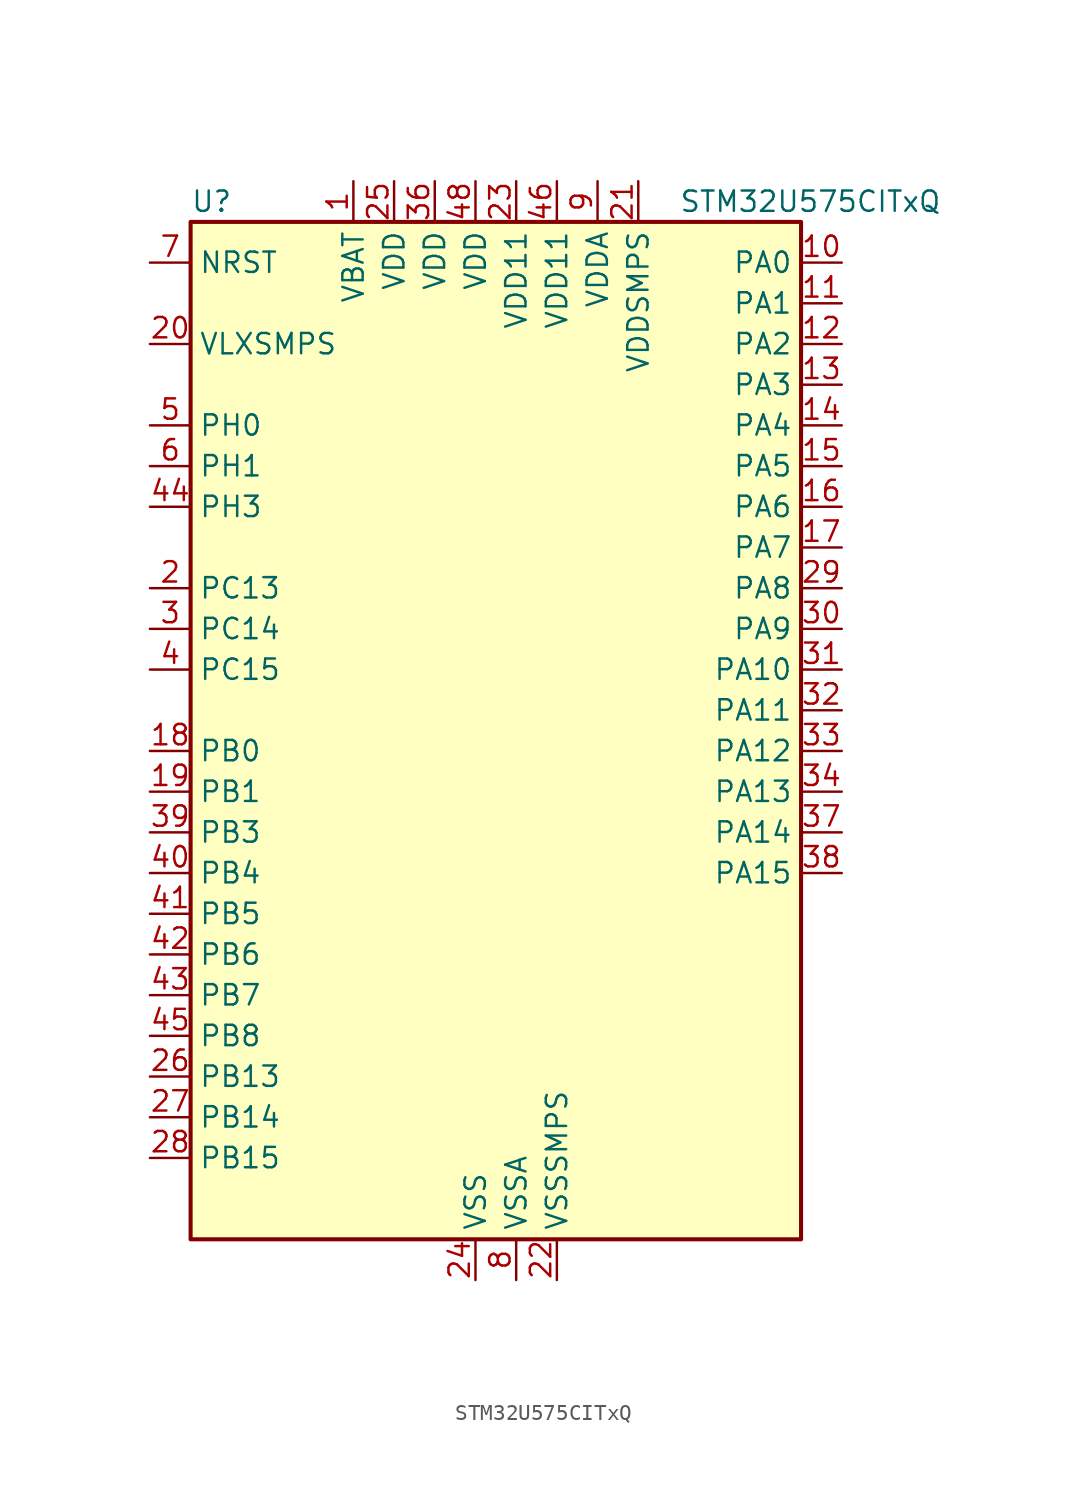
<source format=kicad_sym>
(kicad_symbol_lib
  (version 20211014)
  (generator kicad-library-utils)
  (symbol "STM32U575CITxQ"
    (property "Reference" "U"
      (at -17.78 34.29 0)
      (effects (font (size 1.27 1.27)) (justify left)))
    (property "Value" "STM32U575CITxQ"
      (at 12.7 34.29 0)
      (effects (font (size 1.27 1.27)) (justify left)))
    (property "ki_fp_filters" "LQFP*7x7mm*P0.5mm*"
      (at 0.0 0.0 0.0)
      (effects (font (size 1.27 1.27))))
    (symbol "STM32U575CITxQ_0_1"
      (rectangle (start -17.78 -30.48) (end 20.32 33.02) (stroke (width 0.254)) (fill (type background))))
    (symbol "STM32U575CITxQ_1_1"
      (pin input line (at -20.32 30.48 0) (length 2.54) (name "NRST" (effects (font (size 1.27 1.27)))) (number "7" (effects (font (size 1.27 1.27)))))
      (pin power_in line (at -20.32 25.4 0) (length 2.54) (name "VLXSMPS" (effects (font (size 1.27 1.27)))) (number "20" (effects (font (size 1.27 1.27)))))
      (pin bidirectional line (at -20.32 20.32 0) (length 2.54) (name "PH0" (effects (font (size 1.27 1.27)))) (number "5" (effects (font (size 1.27 1.27)))) (alternate "RCC_OSC_IN" bidirectional line))
      (pin bidirectional line (at -20.32 17.78 0) (length 2.54) (name "PH1" (effects (font (size 1.27 1.27)))) (number "6" (effects (font (size 1.27 1.27)))) (alternate "RCC_OSC_OUT" bidirectional line))
      (pin bidirectional line (at -20.32 15.24 0) (length 2.54) (name "PH3" (effects (font (size 1.27 1.27)))) (number "44" (effects (font (size 1.27 1.27)))))
      (pin bidirectional line (at -20.32 10.16 0) (length 2.54) (name "PC13" (effects (font (size 1.27 1.27)))) (number "2" (effects (font (size 1.27 1.27)))) (alternate "PWR_WKUP2" bidirectional line) (alternate "RTC_OUT1" bidirectional line) (alternate "RTC_TS" bidirectional line) (alternate "TAMP_IN1" bidirectional line) (alternate "TAMP_OUT2" bidirectional line))
      (pin bidirectional line (at -20.32 7.62 0) (length 2.54) (name "PC14" (effects (font (size 1.27 1.27)))) (number "3" (effects (font (size 1.27 1.27)))) (alternate "RCC_OSC32_IN" bidirectional line))
      (pin bidirectional line (at -20.32 5.08 0) (length 2.54) (name "PC15" (effects (font (size 1.27 1.27)))) (number "4" (effects (font (size 1.27 1.27)))) (alternate "ADC1_EXTI15" bidirectional line) (alternate "ADC4_EXTI15" bidirectional line) (alternate "RCC_OSC32_OUT" bidirectional line))
      (pin bidirectional line (at -20.32 0.0 0) (length 2.54) (name "PB0" (effects (font (size 1.27 1.27)))) (number "18" (effects (font (size 1.27 1.27)))) (alternate "ADC1_IN15" bidirectional line) (alternate "ADC4_IN18" bidirectional line) (alternate "AUDIOCLK" bidirectional line) (alternate "COMP1_OUT" bidirectional line) (alternate "LPTIM3_CH1" bidirectional line) (alternate "OCTOSPIM_P1_IO1" bidirectional line) (alternate "OPAMP2_VOUT" bidirectional line) (alternate "SPI1_NSS" bidirectional line) (alternate "TIM1_CH2N" bidirectional line) (alternate "TIM3_CH3" bidirectional line) (alternate "TIM8_CH2N" bidirectional line) (alternate "USART3_CK" bidirectional line))
      (pin bidirectional line (at -20.32 -2.54 0) (length 2.54) (name "PB1" (effects (font (size 1.27 1.27)))) (number "19" (effects (font (size 1.27 1.27)))) (alternate "ADC1_IN16" bidirectional line) (alternate "ADC4_IN19" bidirectional line) (alternate "COMP1_INM" bidirectional line) (alternate "LPTIM2_IN1" bidirectional line) (alternate "LPTIM3_CH2" bidirectional line) (alternate "LPUART1_DE" bidirectional line) (alternate "LPUART1_RTS" bidirectional line) (alternate "MDF1_SDI0" bidirectional line) (alternate "OCTOSPIM_P1_IO0" bidirectional line) (alternate "PWR_WKUP4" bidirectional line) (alternate "TIM1_CH3N" bidirectional line) (alternate "TIM3_CH4" bidirectional line) (alternate "TIM8_CH3N" bidirectional line) (alternate "USART3_DE" bidirectional line) (alternate "USART3_RTS" bidirectional line))
      (pin bidirectional line (at -20.32 -5.08 0) (length 2.54) (name "PB3" (effects (font (size 1.27 1.27)))) (number "39" (effects (font (size 1.27 1.27)))) (alternate "ADF1_CCK0" bidirectional line) (alternate "COMP2_INM" bidirectional line) (alternate "CRS_SYNC" bidirectional line) (alternate "DEBUG_JTDO-SWO" bidirectional line) (alternate "I2C1_SDA" bidirectional line) (alternate "LPTIM1_CH1" bidirectional line) (alternate "SAI1_SCK_B" bidirectional line) (alternate "SPI1_SCK" bidirectional line) (alternate "SPI3_SCK" bidirectional line) (alternate "TIM2_CH2" bidirectional line) (alternate "USART1_DE" bidirectional line) (alternate "USART1_RTS" bidirectional line))
      (pin bidirectional line (at -20.32 -7.62 0) (length 2.54) (name "PB4" (effects (font (size 1.27 1.27)))) (number "40" (effects (font (size 1.27 1.27)))) (alternate "ADF1_SDI0" bidirectional line) (alternate "COMP2_INP" bidirectional line) (alternate "DEBUG_JTRST" bidirectional line) (alternate "I2C3_SDA" bidirectional line) (alternate "LPTIM1_CH2" bidirectional line) (alternate "SAI1_MCLK_B" bidirectional line) (alternate "SPI1_MISO" bidirectional line) (alternate "SPI3_MISO" bidirectional line) (alternate "TIM17_BKIN" bidirectional line) (alternate "TIM3_CH1" bidirectional line) (alternate "TSC_G2_IO1" bidirectional line) (alternate "USART1_CTS" bidirectional line))
      (pin bidirectional line (at -20.32 -10.16 0) (length 2.54) (name "PB5" (effects (font (size 1.27 1.27)))) (number "41" (effects (font (size 1.27 1.27)))) (alternate "COMP2_OUT" bidirectional line) (alternate "I2C1_SMBA" bidirectional line) (alternate "LPTIM1_IN1" bidirectional line) (alternate "OCTOSPIM_P1_NCLK" bidirectional line) (alternate "PWR_WKUP6" bidirectional line) (alternate "SAI1_SD_B" bidirectional line) (alternate "SPI1_MOSI" bidirectional line) (alternate "SPI3_MOSI" bidirectional line) (alternate "TIM16_BKIN" bidirectional line) (alternate "TIM3_CH2" bidirectional line) (alternate "TSC_G2_IO2" bidirectional line) (alternate "UCPD1_DBCC1" bidirectional line) (alternate "USART1_CK" bidirectional line))
      (pin bidirectional line (at -20.32 -12.7 0) (length 2.54) (name "PB6" (effects (font (size 1.27 1.27)))) (number "42" (effects (font (size 1.27 1.27)))) (alternate "COMP2_INP" bidirectional line) (alternate "I2C1_SCL" bidirectional line) (alternate "I2C4_SCL" bidirectional line) (alternate "LPTIM1_ETR" bidirectional line) (alternate "MDF1_SDI5" bidirectional line) (alternate "PWR_WKUP3" bidirectional line) (alternate "SAI1_FS_B" bidirectional line) (alternate "TIM16_CH1N" bidirectional line) (alternate "TIM4_CH1" bidirectional line) (alternate "TIM8_BKIN2" bidirectional line) (alternate "TSC_G2_IO3" bidirectional line) (alternate "USART1_TX" bidirectional line))
      (pin bidirectional line (at -20.32 -15.24 0) (length 2.54) (name "PB7" (effects (font (size 1.27 1.27)))) (number "43" (effects (font (size 1.27 1.27)))) (alternate "COMP2_INM" bidirectional line) (alternate "I2C1_SDA" bidirectional line) (alternate "I2C4_SDA" bidirectional line) (alternate "LPTIM1_IN2" bidirectional line) (alternate "MDF1_CKI5" bidirectional line) (alternate "PWR_PVD_IN" bidirectional line) (alternate "PWR_WKUP4" bidirectional line) (alternate "TIM17_CH1N" bidirectional line) (alternate "TIM4_CH2" bidirectional line) (alternate "TIM8_BKIN" bidirectional line) (alternate "TSC_G2_IO4" bidirectional line) (alternate "UART4_CTS" bidirectional line) (alternate "USART1_RX" bidirectional line))
      (pin bidirectional line (at -20.32 -17.78 0) (length 2.54) (name "PB8" (effects (font (size 1.27 1.27)))) (number "45" (effects (font (size 1.27 1.27)))) (alternate "FDCAN1_RX" bidirectional line) (alternate "I2C1_SCL" bidirectional line) (alternate "MDF1_CCK0" bidirectional line) (alternate "PWR_WKUP5" bidirectional line) (alternate "SAI1_CK1" bidirectional line) (alternate "SAI1_MCLK_A" bidirectional line) (alternate "SPI3_RDY" bidirectional line) (alternate "TIM16_CH1" bidirectional line) (alternate "TIM4_CH3" bidirectional line))
      (pin bidirectional line (at -20.32 -20.32 0) (length 2.54) (name "PB13" (effects (font (size 1.27 1.27)))) (number "26" (effects (font (size 1.27 1.27)))) (alternate "I2C2_SCL" bidirectional line) (alternate "LPTIM3_IN1" bidirectional line) (alternate "LPUART1_CTS" bidirectional line) (alternate "MDF1_CKI1" bidirectional line) (alternate "SPI2_SCK" bidirectional line) (alternate "TIM15_CH1N" bidirectional line) (alternate "TIM1_CH1N" bidirectional line) (alternate "TSC_G1_IO2" bidirectional line) (alternate "USART3_CTS" bidirectional line))
      (pin bidirectional line (at -20.32 -22.86 0) (length 2.54) (name "PB14" (effects (font (size 1.27 1.27)))) (number "27" (effects (font (size 1.27 1.27)))) (alternate "I2C2_SDA" bidirectional line) (alternate "LPTIM3_ETR" bidirectional line) (alternate "MDF1_SDI2" bidirectional line) (alternate "SPI2_MISO" bidirectional line) (alternate "TIM15_CH1" bidirectional line) (alternate "TIM1_CH2N" bidirectional line) (alternate "TIM8_CH2N" bidirectional line) (alternate "TSC_G1_IO3" bidirectional line) (alternate "UCPD1_DBCC2" bidirectional line) (alternate "USART3_DE" bidirectional line) (alternate "USART3_RTS" bidirectional line))
      (pin bidirectional line (at -20.32 -25.4 0) (length 2.54) (name "PB15" (effects (font (size 1.27 1.27)))) (number "28" (effects (font (size 1.27 1.27)))) (alternate "ADC1_EXTI15" bidirectional line) (alternate "ADC4_EXTI15" bidirectional line) (alternate "LPTIM2_IN2" bidirectional line) (alternate "MDF1_CKI2" bidirectional line) (alternate "PWR_WKUP7" bidirectional line) (alternate "RTC_REFIN" bidirectional line) (alternate "SPI2_MOSI" bidirectional line) (alternate "TIM15_CH2" bidirectional line) (alternate "TIM1_CH3N" bidirectional line) (alternate "TIM8_CH3N" bidirectional line) (alternate "UCPD1_CC2" bidirectional line))
      (pin bidirectional line (at 22.86 30.48 180) (length 2.54) (name "PA0" (effects (font (size 1.27 1.27)))) (number "10" (effects (font (size 1.27 1.27)))) (alternate "ADC1_IN5" bidirectional line) (alternate "AUDIOCLK" bidirectional line) (alternate "OCTOSPIM_P2_NCS" bidirectional line) (alternate "OPAMP1_VINP" bidirectional line) (alternate "PWR_WKUP1" bidirectional line) (alternate "SPI3_RDY" bidirectional line) (alternate "TAMP_IN2" bidirectional line) (alternate "TAMP_OUT1" bidirectional line) (alternate "TIM2_CH1" bidirectional line) (alternate "TIM2_ETR" bidirectional line) (alternate "TIM5_CH1" bidirectional line) (alternate "TIM8_ETR" bidirectional line) (alternate "UART4_TX" bidirectional line) (alternate "USART2_CTS" bidirectional line))
      (pin bidirectional line (at 22.86 27.94 180) (length 2.54) (name "PA1" (effects (font (size 1.27 1.27)))) (number "11" (effects (font (size 1.27 1.27)))) (alternate "ADC1_IN6" bidirectional line) (alternate "I2C1_SMBA" bidirectional line) (alternate "LPTIM1_CH2" bidirectional line) (alternate "OCTOSPIM_P1_DQS" bidirectional line) (alternate "OPAMP1_VINM" bidirectional line) (alternate "PWR_WKUP3" bidirectional line) (alternate "SPI1_SCK" bidirectional line) (alternate "TAMP_IN5" bidirectional line) (alternate "TAMP_OUT4" bidirectional line) (alternate "TIM15_CH1N" bidirectional line) (alternate "TIM2_CH2" bidirectional line) (alternate "TIM5_CH2" bidirectional line) (alternate "UART4_RX" bidirectional line) (alternate "USART2_DE" bidirectional line) (alternate "USART2_RTS" bidirectional line))
      (pin bidirectional line (at 22.86 25.4 180) (length 2.54) (name "PA2" (effects (font (size 1.27 1.27)))) (number "12" (effects (font (size 1.27 1.27)))) (alternate "ADC1_IN7" bidirectional line) (alternate "COMP1_INP" bidirectional line) (alternate "LPUART1_TX" bidirectional line) (alternate "OCTOSPIM_P1_NCS" bidirectional line) (alternate "PWR_WKUP4" bidirectional line) (alternate "RCC_LSCO" bidirectional line) (alternate "SPI1_RDY" bidirectional line) (alternate "TIM15_CH1" bidirectional line) (alternate "TIM2_CH3" bidirectional line) (alternate "TIM5_CH3" bidirectional line) (alternate "UCPD1_FRSTX1" bidirectional line) (alternate "USART2_TX" bidirectional line))
      (pin bidirectional line (at 22.86 22.86 180) (length 2.54) (name "PA3" (effects (font (size 1.27 1.27)))) (number "13" (effects (font (size 1.27 1.27)))) (alternate "ADC1_IN8" bidirectional line) (alternate "LPUART1_RX" bidirectional line) (alternate "OCTOSPIM_P1_CLK" bidirectional line) (alternate "OPAMP1_VOUT" bidirectional line) (alternate "PWR_WKUP5" bidirectional line) (alternate "SAI1_CK1" bidirectional line) (alternate "SAI1_MCLK_A" bidirectional line) (alternate "TIM15_CH2" bidirectional line) (alternate "TIM2_CH4" bidirectional line) (alternate "TIM5_CH4" bidirectional line) (alternate "USART2_RX" bidirectional line))
      (pin bidirectional line (at 22.86 20.32 180) (length 2.54) (name "PA4" (effects (font (size 1.27 1.27)))) (number "14" (effects (font (size 1.27 1.27)))) (alternate "ADC1_IN9" bidirectional line) (alternate "ADC4_IN9" bidirectional line) (alternate "DAC1_OUT1" bidirectional line) (alternate "LPTIM2_CH1" bidirectional line) (alternate "OCTOSPIM_P1_NCS" bidirectional line) (alternate "PWR_WKUP2" bidirectional line) (alternate "SAI1_FS_B" bidirectional line) (alternate "SPI1_NSS" bidirectional line) (alternate "SPI3_NSS" bidirectional line) (alternate "USART2_CK" bidirectional line))
      (pin bidirectional line (at 22.86 17.78 180) (length 2.54) (name "PA5" (effects (font (size 1.27 1.27)))) (number "15" (effects (font (size 1.27 1.27)))) (alternate "ADC1_IN10" bidirectional line) (alternate "ADC4_IN10" bidirectional line) (alternate "DAC1_OUT2" bidirectional line) (alternate "LPTIM2_ETR" bidirectional line) (alternate "PWR_CSLEEP" bidirectional line) (alternate "PWR_WKUP6" bidirectional line) (alternate "SPI1_SCK" bidirectional line) (alternate "TIM2_CH1" bidirectional line) (alternate "TIM2_ETR" bidirectional line) (alternate "TIM8_CH1N" bidirectional line) (alternate "USART3_RX" bidirectional line))
      (pin bidirectional line (at 22.86 15.24 180) (length 2.54) (name "PA6" (effects (font (size 1.27 1.27)))) (number "16" (effects (font (size 1.27 1.27)))) (alternate "ADC1_IN11" bidirectional line) (alternate "ADC4_IN11" bidirectional line) (alternate "LPUART1_CTS" bidirectional line) (alternate "OCTOSPIM_P1_IO3" bidirectional line) (alternate "OPAMP2_VINP" bidirectional line) (alternate "PWR_CDSTOP" bidirectional line) (alternate "PWR_WKUP7" bidirectional line) (alternate "SPI1_MISO" bidirectional line) (alternate "TIM16_CH1" bidirectional line) (alternate "TIM1_BKIN" bidirectional line) (alternate "TIM3_CH1" bidirectional line) (alternate "TIM8_BKIN" bidirectional line) (alternate "USART3_CTS" bidirectional line))
      (pin bidirectional line (at 22.86 12.7 180) (length 2.54) (name "PA7" (effects (font (size 1.27 1.27)))) (number "17" (effects (font (size 1.27 1.27)))) (alternate "ADC1_IN12" bidirectional line) (alternate "ADC4_IN20" bidirectional line) (alternate "I2C3_SCL" bidirectional line) (alternate "LPTIM2_CH2" bidirectional line) (alternate "OCTOSPIM_P1_IO2" bidirectional line) (alternate "OPAMP2_VINM" bidirectional line) (alternate "PWR_SRDSTOP" bidirectional line) (alternate "PWR_WKUP8" bidirectional line) (alternate "SPI1_MOSI" bidirectional line) (alternate "TIM17_CH1" bidirectional line) (alternate "TIM1_CH1N" bidirectional line) (alternate "TIM3_CH2" bidirectional line) (alternate "TIM8_CH1N" bidirectional line) (alternate "USART3_TX" bidirectional line))
      (pin bidirectional line (at 22.86 10.16 180) (length 2.54) (name "PA8" (effects (font (size 1.27 1.27)))) (number "29" (effects (font (size 1.27 1.27)))) (alternate "DEBUG_TRACECLK" bidirectional line) (alternate "LPTIM2_CH1" bidirectional line) (alternate "RCC_MCO" bidirectional line) (alternate "SAI1_CK2" bidirectional line) (alternate "SAI1_SCK_A" bidirectional line) (alternate "SPI1_RDY" bidirectional line) (alternate "TIM1_CH1" bidirectional line) (alternate "USART1_CK" bidirectional line) (alternate "USB_OTG_FS_SOF" bidirectional line))
      (pin bidirectional line (at 22.86 7.62 180) (length 2.54) (name "PA9" (effects (font (size 1.27 1.27)))) (number "30" (effects (font (size 1.27 1.27)))) (alternate "DAC1_EXTI9" bidirectional line) (alternate "SAI1_FS_A" bidirectional line) (alternate "SPI2_SCK" bidirectional line) (alternate "TIM15_BKIN" bidirectional line) (alternate "TIM1_CH2" bidirectional line) (alternate "USART1_TX" bidirectional line) (alternate "USB_OTG_FS_VBUS" bidirectional line))
      (pin bidirectional line (at 22.86 5.08 180) (length 2.54) (name "PA10" (effects (font (size 1.27 1.27)))) (number "31" (effects (font (size 1.27 1.27)))) (alternate "CRS_SYNC" bidirectional line) (alternate "LPTIM2_IN2" bidirectional line) (alternate "SAI1_D1" bidirectional line) (alternate "SAI1_SD_A" bidirectional line) (alternate "TIM17_BKIN" bidirectional line) (alternate "TIM1_CH3" bidirectional line) (alternate "USART1_RX" bidirectional line) (alternate "USB_OTG_FS_ID" bidirectional line))
      (pin bidirectional line (at 22.86 2.54 180) (length 2.54) (name "PA11" (effects (font (size 1.27 1.27)))) (number "32" (effects (font (size 1.27 1.27)))) (alternate "ADC1_EXTI11" bidirectional line) (alternate "FDCAN1_RX" bidirectional line) (alternate "SPI1_MISO" bidirectional line) (alternate "TIM1_BKIN2" bidirectional line) (alternate "TIM1_CH4" bidirectional line) (alternate "USART1_CTS" bidirectional line) (alternate "USB_OTG_FS_DM" bidirectional line))
      (pin bidirectional line (at 22.86 0.0 180) (length 2.54) (name "PA12" (effects (font (size 1.27 1.27)))) (number "33" (effects (font (size 1.27 1.27)))) (alternate "FDCAN1_TX" bidirectional line) (alternate "OCTOSPIM_P2_NCS" bidirectional line) (alternate "SPI1_MOSI" bidirectional line) (alternate "TIM1_ETR" bidirectional line) (alternate "USART1_DE" bidirectional line) (alternate "USART1_RTS" bidirectional line) (alternate "USB_OTG_FS_DP" bidirectional line))
      (pin bidirectional line (at 22.86 -2.54 180) (length 2.54) (name "PA13" (effects (font (size 1.27 1.27)))) (number "34" (effects (font (size 1.27 1.27)))) (alternate "DEBUG_JTMS-SWDIO" bidirectional line) (alternate "IR_OUT" bidirectional line) (alternate "SAI1_SD_B" bidirectional line) (alternate "USB_OTG_FS_NOE" bidirectional line))
      (pin bidirectional line (at 22.86 -5.08 180) (length 2.54) (name "PA14" (effects (font (size 1.27 1.27)))) (number "37" (effects (font (size 1.27 1.27)))) (alternate "DEBUG_JTCK-SWCLK" bidirectional line) (alternate "I2C1_SMBA" bidirectional line) (alternate "I2C4_SMBA" bidirectional line) (alternate "LPTIM1_CH1" bidirectional line) (alternate "SAI1_FS_B" bidirectional line) (alternate "USB_OTG_FS_SOF" bidirectional line))
      (pin bidirectional line (at 22.86 -7.62 180) (length 2.54) (name "PA15" (effects (font (size 1.27 1.27)))) (number "38" (effects (font (size 1.27 1.27)))) (alternate "ADC1_EXTI15" bidirectional line) (alternate "ADC4_EXTI15" bidirectional line) (alternate "DEBUG_JTDI" bidirectional line) (alternate "SPI1_NSS" bidirectional line) (alternate "SPI3_NSS" bidirectional line) (alternate "TIM2_CH1" bidirectional line) (alternate "TIM2_ETR" bidirectional line) (alternate "UART4_DE" bidirectional line) (alternate "UART4_RTS" bidirectional line) (alternate "UCPD1_CC1" bidirectional line) (alternate "USART2_RX" bidirectional line) (alternate "USART3_DE" bidirectional line) (alternate "USART3_RTS" bidirectional line))
      (pin power_in line (at -7.62 35.56 270) (length 2.54) (name "VBAT" (effects (font (size 1.27 1.27)))) (number "1" (effects (font (size 1.27 1.27)))))
      (pin power_in line (at -5.08 35.56 270) (length 2.54) (name "VDD" (effects (font (size 1.27 1.27)))) (number "25" (effects (font (size 1.27 1.27)))))
      (pin power_in line (at -2.54 35.56 270) (length 2.54) (name "VDD" (effects (font (size 1.27 1.27)))) (number "36" (effects (font (size 1.27 1.27)))))
      (pin power_in line (at 0.0 35.56 270) (length 2.54) (name "VDD" (effects (font (size 1.27 1.27)))) (number "48" (effects (font (size 1.27 1.27)))))
      (pin power_in line (at 2.54 35.56 270) (length 2.54) (name "VDD11" (effects (font (size 1.27 1.27)))) (number "23" (effects (font (size 1.27 1.27)))))
      (pin power_in line (at 5.08 35.56 270) (length 2.54) (name "VDD11" (effects (font (size 1.27 1.27)))) (number "46" (effects (font (size 1.27 1.27)))))
      (pin power_in line (at 7.62 35.56 270) (length 2.54) (name "VDDA" (effects (font (size 1.27 1.27)))) (number "9" (effects (font (size 1.27 1.27)))))
      (pin power_in line (at 10.16 35.56 270) (length 2.54) (name "VDDSMPS" (effects (font (size 1.27 1.27)))) (number "21" (effects (font (size 1.27 1.27)))))
      (pin power_in line (at 0.0 -33.02 90) (length 2.54) (name "VSS" (effects (font (size 1.27 1.27)))) (number "24" (effects (font (size 1.27 1.27)))))
      (pin passive line (at 0.0 -33.02 90) (length 2.54) hide (name "VSS" (effects (font (size 1.27 1.27)))) (number "35" (effects (font (size 1.27 1.27)))))
      (pin passive line (at 0.0 -33.02 90) (length 2.54) hide (name "VSS" (effects (font (size 1.27 1.27)))) (number "47" (effects (font (size 1.27 1.27)))))
      (pin power_in line (at 2.54 -33.02 90) (length 2.54) (name "VSSA" (effects (font (size 1.27 1.27)))) (number "8" (effects (font (size 1.27 1.27)))))
      (pin power_in line (at 5.08 -33.02 90) (length 2.54) (name "VSSSMPS" (effects (font (size 1.27 1.27)))) (number "22" (effects (font (size 1.27 1.27))))))))
</source>
